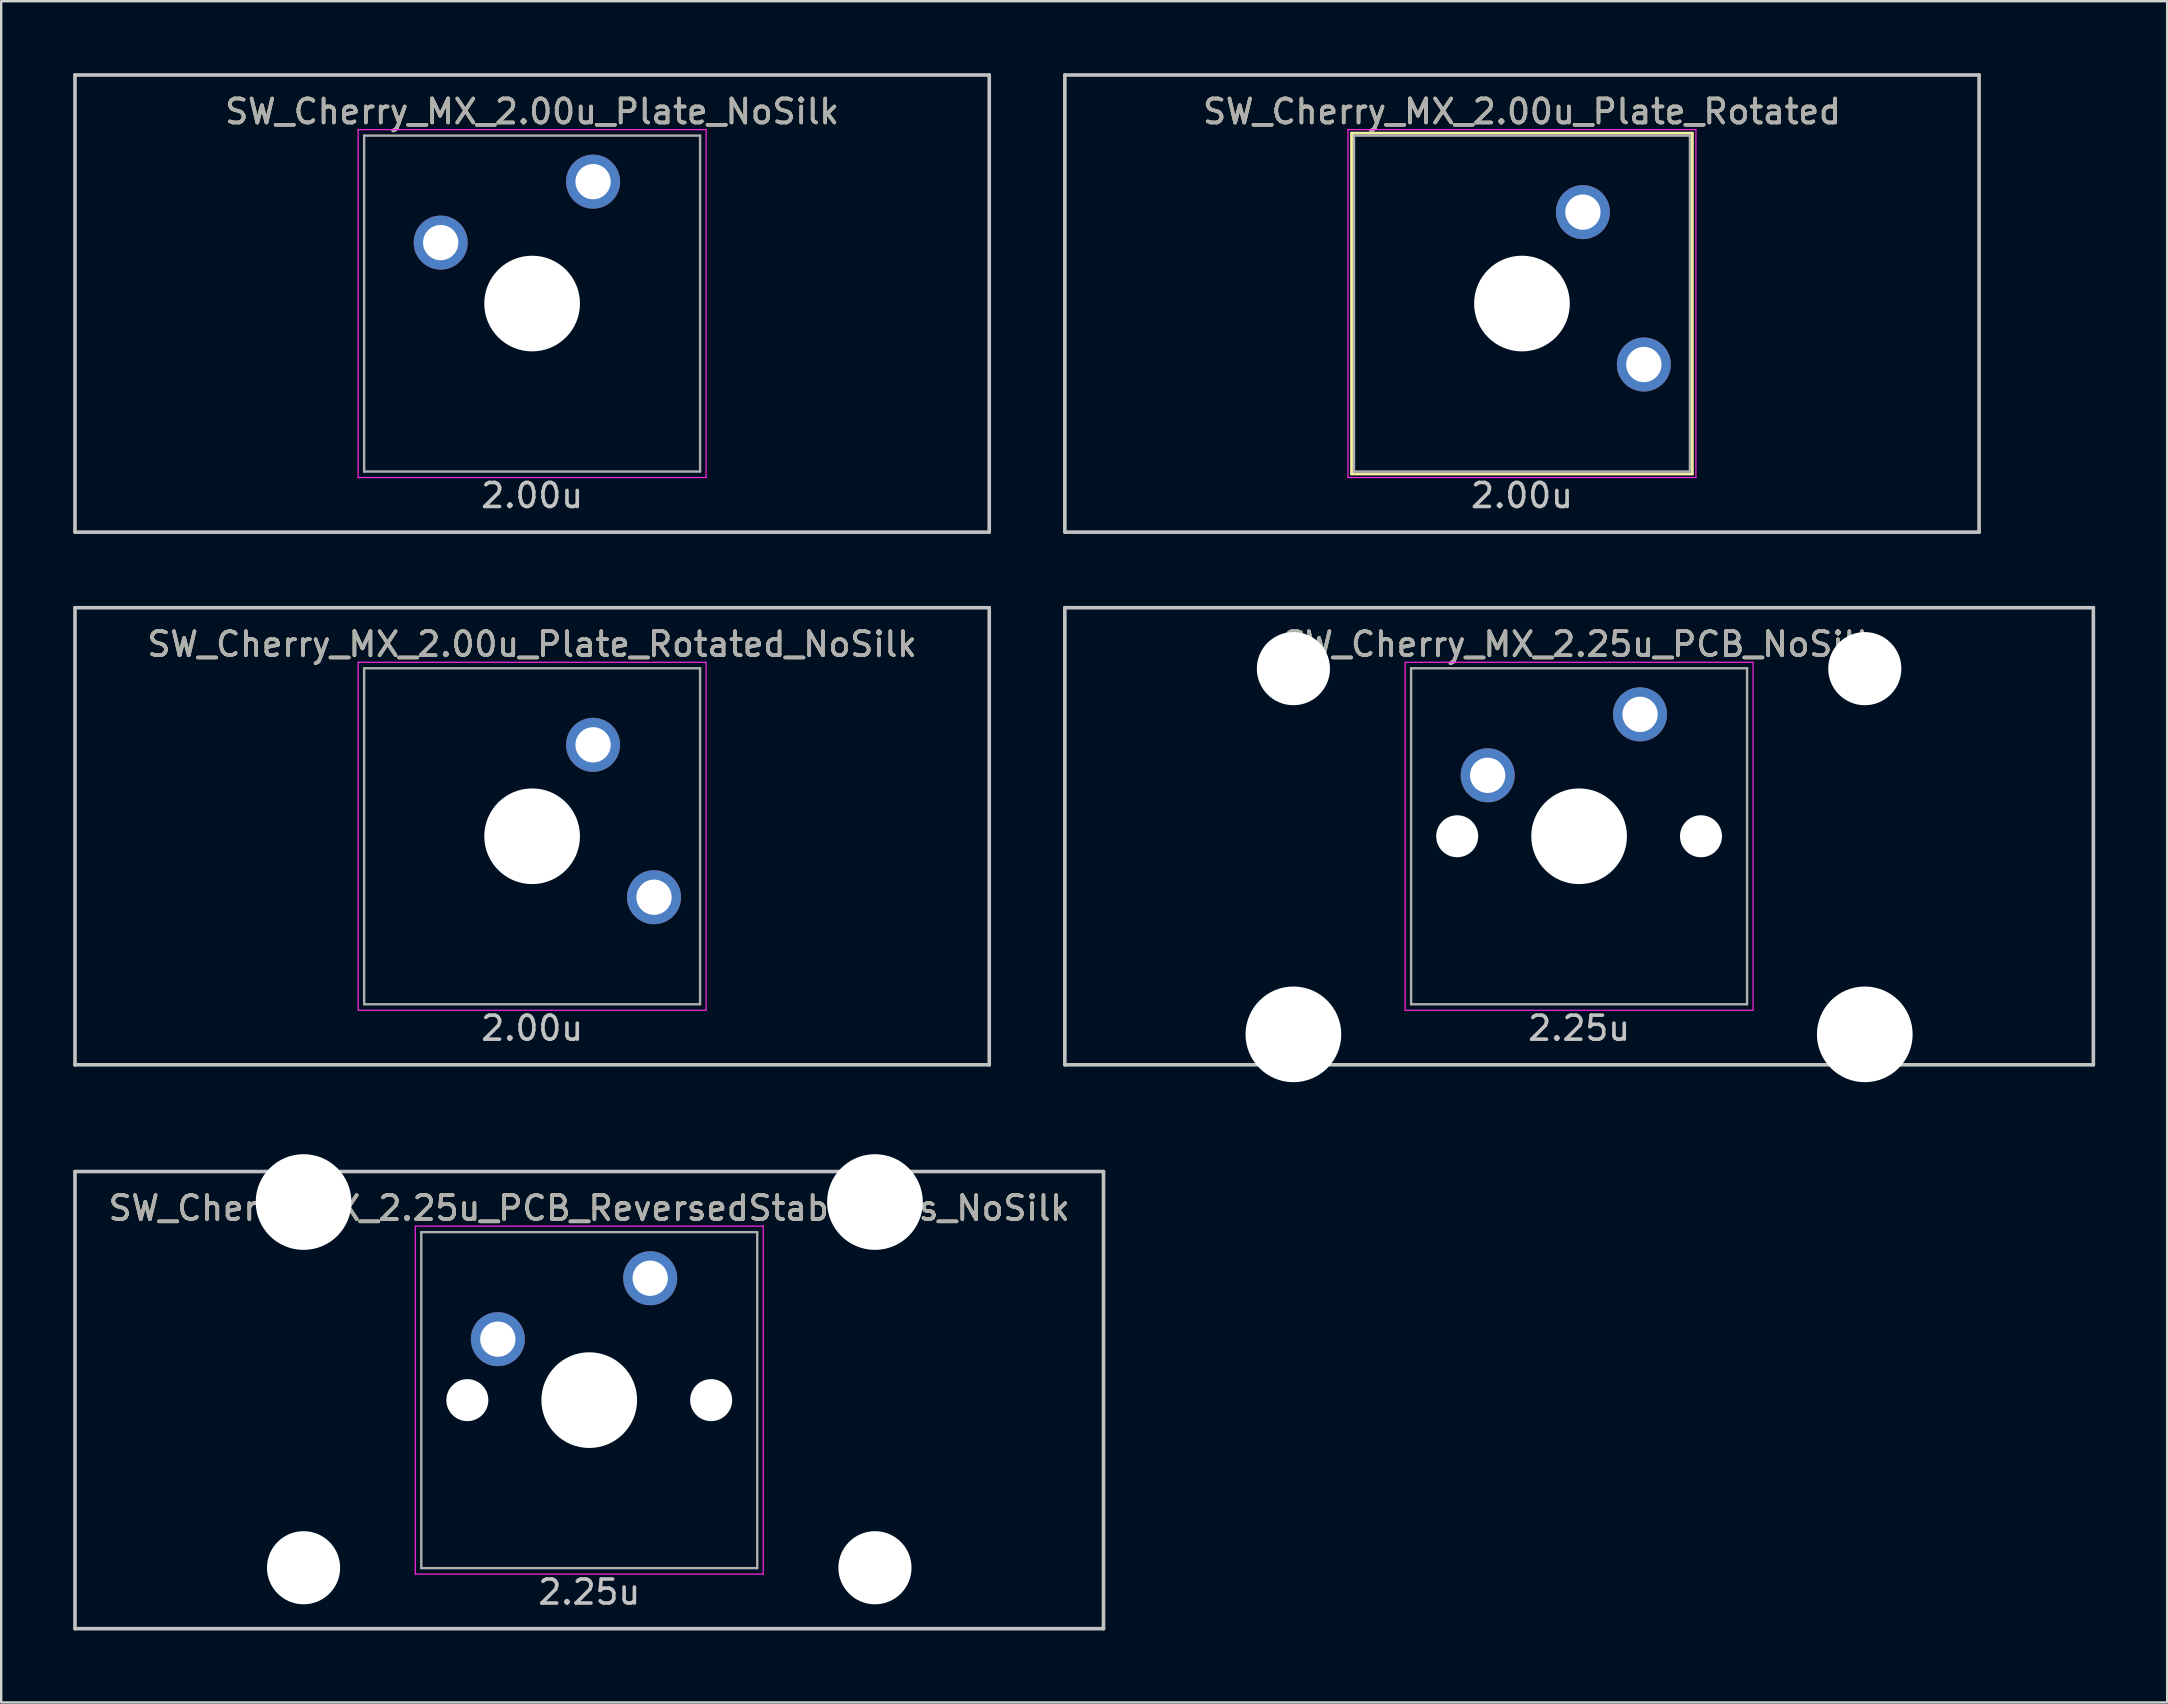
<source format=kicad_pcb>
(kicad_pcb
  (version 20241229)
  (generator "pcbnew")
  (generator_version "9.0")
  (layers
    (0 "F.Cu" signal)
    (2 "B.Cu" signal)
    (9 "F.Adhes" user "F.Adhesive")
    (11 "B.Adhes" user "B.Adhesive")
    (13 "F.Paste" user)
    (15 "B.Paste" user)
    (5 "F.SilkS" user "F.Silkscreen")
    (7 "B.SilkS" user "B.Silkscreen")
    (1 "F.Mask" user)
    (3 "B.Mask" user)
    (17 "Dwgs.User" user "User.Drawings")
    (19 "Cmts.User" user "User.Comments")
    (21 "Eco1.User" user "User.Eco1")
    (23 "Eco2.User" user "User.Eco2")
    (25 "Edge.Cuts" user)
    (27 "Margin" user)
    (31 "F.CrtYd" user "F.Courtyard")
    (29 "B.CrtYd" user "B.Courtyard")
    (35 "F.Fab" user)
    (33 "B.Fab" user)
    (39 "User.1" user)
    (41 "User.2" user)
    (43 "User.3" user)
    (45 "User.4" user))
  (footprint "SW_Cherry_MX_2.00u_Plate_NoSilk"
    (layer "F.Cu")
    (at 19.125 9.6)
    (property "Reference" "SW_Cherry_MX_2.00u_Plate_NoSilk" (at 0 -8 0) (layer "F.SilkS") (effects (font (size 1 1) (thickness 0.15))))
    (attr through_hole)
    (fp_line (start -19.05 -9.525) (end 19.05 -9.525) (stroke (width 0.15) (type solid)) (layer "Dwgs.User"))
    (fp_line (start -19.05 9.525) (end -19.05 -9.525) (stroke (width 0.15) (type solid)) (layer "Dwgs.User"))
    (fp_line (start -19.05 9.525) (end 19.05 9.525) (stroke (width 0.15) (type solid)) (layer "Dwgs.User"))
    (fp_line (start 19.05 -9.525) (end 19.05 9.525) (stroke (width 0.15) (type solid)) (layer "Dwgs.User"))
    (fp_line (start -7.25 -7.25) (end 7.25 -7.25) (stroke (width 0.05) (type solid)) (layer "F.CrtYd"))
    (fp_line (start -7.25 7.25) (end -7.25 -7.25) (stroke (width 0.05) (type solid)) (layer "F.CrtYd"))
    (fp_line (start 7.25 -7.25) (end 7.25 7.25) (stroke (width 0.05) (type solid)) (layer "F.CrtYd"))
    (fp_line (start 7.25 7.25) (end -7.25 7.25) (stroke (width 0.05) (type solid)) (layer "F.CrtYd"))
    (fp_line (start -7 -7) (end 7 -7) (stroke (width 0.1) (type solid)) (layer "F.Fab"))
    (fp_line (start -7 7) (end -7 -7) (stroke (width 0.1) (type solid)) (layer "F.Fab"))
    (fp_line (start 7 -7) (end 7 7) (stroke (width 0.1) (type solid)) (layer "F.Fab"))
    (fp_line (start 7 7) (end -7 7) (stroke (width 0.1) (type solid)) (layer "F.Fab"))
    (fp_text user "2.00u" (at 0 8 0) (layer "Dwgs.User") (effects (font (size 1 1) (thickness 0.15))))
    (fp_text user "${REFERENCE}" (at 0 -8 0) (layer "F.Fab") (effects (font (size 1 1) (thickness 0.15))))
    (pad "" np_thru_hole circle (at 0 0) (size 3.988 3.988) (drill 3.988) (layers "*.Cu" "*.Mask"))
    (pad "1" thru_hole circle (at -3.81 -2.54) (size 2.25 2.25) (drill 1.47) (layers "*.Cu" "B.Mask"))
    (pad "2" thru_hole circle (at 2.54 -5.08) (size 2.25 2.25) (drill 1.47) (layers "*.Cu" "B.Mask")))
  (footprint "SW_Cherry_MX_2.00u_Plate_Rotated_NoSilk"
    (layer "F.Cu")
    (at 19.125 31.8)
    (property "Reference" "SW_Cherry_MX_2.00u_Plate_Rotated_NoSilk" (at 0 -8 0) (layer "F.SilkS") (effects (font (size 1 1) (thickness 0.15))))
    (attr through_hole)
    (fp_line (start -19.05 9.525) (end -19.05 -9.525) (stroke (width 0.15) (type solid)) (layer "Dwgs.User"))
    (fp_line (start 19.05 -9.525) (end -19.05 -9.525) (stroke (width 0.15) (type solid)) (layer "Dwgs.User"))
    (fp_line (start 19.05 -9.525) (end 19.05 9.525) (stroke (width 0.15) (type solid)) (layer "Dwgs.User"))
    (fp_line (start 19.05 9.525) (end -19.05 9.525) (stroke (width 0.15) (type solid)) (layer "Dwgs.User"))
    (fp_line (start -7.25 -7.25) (end 7.25 -7.25) (stroke (width 0.05) (type solid)) (layer "F.CrtYd"))
    (fp_line (start -7.25 7.25) (end -7.25 -7.25) (stroke (width 0.05) (type solid)) (layer "F.CrtYd"))
    (fp_line (start 7.25 -7.25) (end 7.25 7.25) (stroke (width 0.05) (type solid)) (layer "F.CrtYd"))
    (fp_line (start 7.25 7.25) (end -7.25 7.25) (stroke (width 0.05) (type solid)) (layer "F.CrtYd"))
    (fp_line (start -7 -7) (end 7 -7) (stroke (width 0.1) (type solid)) (layer "F.Fab"))
    (fp_line (start -7 7) (end -7 -7) (stroke (width 0.1) (type solid)) (layer "F.Fab"))
    (fp_line (start 7 -7) (end 7 7) (stroke (width 0.1) (type solid)) (layer "F.Fab"))
    (fp_line (start 7 7) (end -7 7) (stroke (width 0.1) (type solid)) (layer "F.Fab"))
    (fp_text user "2.00u" (at 0 8 0) (layer "Dwgs.User") (effects (font (size 1 1) (thickness 0.15))))
    (fp_text user "${REFERENCE}" (at 0 -8 0) (layer "F.Fab") (effects (font (size 1 1) (thickness 0.15))))
    (pad "" np_thru_hole circle (at 0 0 270) (size 3.988 3.988) (drill 3.988) (layers "*.Cu" "*.Mask"))
    (pad "1" thru_hole circle (at 2.54 -3.81 270) (size 2.25 2.25) (drill 1.47) (layers "*.Cu" "B.Mask"))
    (pad "2" thru_hole circle (at 5.08 2.54 270) (size 2.25 2.25) (drill 1.47) (layers "*.Cu" "B.Mask")))
  (footprint "SW_Cherry_MX_2.25u_PCB_NoSilk"
    (layer "F.Cu")
    (at 62.756 31.8)
    (property "Reference" "SW_Cherry_MX_2.25u_PCB_NoSilk" (at 0 -8 0) (layer "F.SilkS") (effects (font (size 1 1) (thickness 0.15))))
    (attr through_hole)
    (fp_line (start -21.431 -9.525) (end 21.431 -9.525) (stroke (width 0.15) (type solid)) (layer "Dwgs.User"))
    (fp_line (start -21.431 9.525) (end -21.431 -9.525) (stroke (width 0.15) (type solid)) (layer "Dwgs.User"))
    (fp_line (start -21.431 9.525) (end 21.431 9.525) (stroke (width 0.15) (type solid)) (layer "Dwgs.User"))
    (fp_line (start 21.431 -9.525) (end 21.431 9.525) (stroke (width 0.15) (type solid)) (layer "Dwgs.User"))
    (fp_line (start -7.25 -7.25) (end 7.25 -7.25) (stroke (width 0.05) (type solid)) (layer "F.CrtYd"))
    (fp_line (start -7.25 7.25) (end -7.25 -7.25) (stroke (width 0.05) (type solid)) (layer "F.CrtYd"))
    (fp_line (start 7.25 -7.25) (end 7.25 7.25) (stroke (width 0.05) (type solid)) (layer "F.CrtYd"))
    (fp_line (start 7.25 7.25) (end -7.25 7.25) (stroke (width 0.05) (type solid)) (layer "F.CrtYd"))
    (fp_line (start -7 -7) (end 7 -7) (stroke (width 0.1) (type solid)) (layer "F.Fab"))
    (fp_line (start -7 7) (end -7 -7) (stroke (width 0.1) (type solid)) (layer "F.Fab"))
    (fp_line (start 7 -7) (end 7 7) (stroke (width 0.1) (type solid)) (layer "F.Fab"))
    (fp_line (start 7 7) (end -7 7) (stroke (width 0.1) (type solid)) (layer "F.Fab"))
    (fp_text user "2.25u" (at 0 8 0) (layer "Dwgs.User") (effects (font (size 1 1) (thickness 0.15))))
    (fp_text user "${REFERENCE}" (at 0 -8 0) (layer "F.Fab") (effects (font (size 1 1) (thickness 0.15))))
    (pad "" np_thru_hole circle (at -11.906 -6.985) (size 3.048 3.048) (drill 3.048) (layers "*.Cu" "*.Mask"))
    (pad "" np_thru_hole circle (at -11.906 8.255) (size 3.988 3.988) (drill 3.988) (layers "*.Cu" "*.Mask"))
    (pad "" np_thru_hole circle (at -5.08 0 48.1) (size 1.75 1.75) (drill 1.75) (layers "*.Cu" "*.Mask"))
    (pad "" np_thru_hole circle (at 0 0) (size 3.988 3.988) (drill 3.988) (layers "*.Cu" "*.Mask"))
    (pad "" np_thru_hole circle (at 5.08 0 48.1) (size 1.75 1.75) (drill 1.75) (layers "*.Cu" "*.Mask"))
    (pad "" np_thru_hole circle (at 11.906 -6.985) (size 3.048 3.048) (drill 3.048) (layers "*.Cu" "*.Mask"))
    (pad "" np_thru_hole circle (at 11.906 8.255) (size 3.988 3.988) (drill 3.988) (layers "*.Cu" "*.Mask"))
    (pad "1" thru_hole circle (at -3.81 -2.54) (size 2.25 2.25) (drill 1.47) (layers "*.Cu" "B.Mask"))
    (pad "2" thru_hole circle (at 2.54 -5.08) (size 2.25 2.25) (drill 1.47) (layers "*.Cu" "B.Mask")))
  (footprint "SW_Cherry_MX_2.25u_PCB_ReversedStabilizers_NoSilk"
    (layer "F.Cu")
    (at 21.506 55.298)
    (property "Reference" "SW_Cherry_MX_2.25u_PCB_ReversedStabilizers_NoSilk" (at 0 -8 0) (layer "F.SilkS") (effects (font (size 1 1) (thickness 0.15))))
    (attr through_hole)
    (fp_line (start -21.431 -9.525) (end 21.431 -9.525) (stroke (width 0.15) (type solid)) (layer "Dwgs.User"))
    (fp_line (start -21.431 9.525) (end -21.431 -9.525) (stroke (width 0.15) (type solid)) (layer "Dwgs.User"))
    (fp_line (start -21.431 9.525) (end 21.431 9.525) (stroke (width 0.15) (type solid)) (layer "Dwgs.User"))
    (fp_line (start 21.431 -9.525) (end 21.431 9.525) (stroke (width 0.15) (type solid)) (layer "Dwgs.User"))
    (fp_line (start -7.25 -7.25) (end 7.25 -7.25) (stroke (width 0.05) (type solid)) (layer "F.CrtYd"))
    (fp_line (start -7.25 7.25) (end -7.25 -7.25) (stroke (width 0.05) (type solid)) (layer "F.CrtYd"))
    (fp_line (start 7.25 -7.25) (end 7.25 7.25) (stroke (width 0.05) (type solid)) (layer "F.CrtYd"))
    (fp_line (start 7.25 7.25) (end -7.25 7.25) (stroke (width 0.05) (type solid)) (layer "F.CrtYd"))
    (fp_line (start -7 -7) (end 7 -7) (stroke (width 0.1) (type solid)) (layer "F.Fab"))
    (fp_line (start -7 7) (end -7 -7) (stroke (width 0.1) (type solid)) (layer "F.Fab"))
    (fp_line (start 7 -7) (end 7 7) (stroke (width 0.1) (type solid)) (layer "F.Fab"))
    (fp_line (start 7 7) (end -7 7) (stroke (width 0.1) (type solid)) (layer "F.Fab"))
    (fp_text user "2.25u" (at 0 8 0) (layer "Dwgs.User") (effects (font (size 1 1) (thickness 0.15))))
    (fp_text user "${REFERENCE}" (at 0 -8 0) (layer "F.Fab") (effects (font (size 1 1) (thickness 0.15))))
    (pad "" np_thru_hole circle (at -11.906 -8.255) (size 3.988 3.988) (drill 3.988) (layers "*.Cu" "*.Mask"))
    (pad "" np_thru_hole circle (at -11.906 6.985) (size 3.048 3.048) (drill 3.048) (layers "*.Cu" "*.Mask"))
    (pad "" np_thru_hole circle (at -5.08 0 48.1) (size 1.75 1.75) (drill 1.75) (layers "*.Cu" "*.Mask"))
    (pad "" np_thru_hole circle (at 0 0) (size 3.988 3.988) (drill 3.988) (layers "*.Cu" "*.Mask"))
    (pad "" np_thru_hole circle (at 5.08 0 48.1) (size 1.75 1.75) (drill 1.75) (layers "*.Cu" "*.Mask"))
    (pad "" np_thru_hole circle (at 11.906 -8.255) (size 3.988 3.988) (drill 3.988) (layers "*.Cu" "*.Mask"))
    (pad "" np_thru_hole circle (at 11.906 6.985) (size 3.048 3.048) (drill 3.048) (layers "*.Cu" "*.Mask"))
    (pad "1" thru_hole circle (at -3.81 -2.54) (size 2.25 2.25) (drill 1.47) (layers "*.Cu" "B.Mask"))
    (pad "2" thru_hole circle (at 2.54 -5.08) (size 2.25 2.25) (drill 1.47) (layers "*.Cu" "B.Mask")))
  (footprint "SW_Cherry_MX_2.00u_Plate_Rotated"
    (layer "F.Cu")
    (at 60.375 9.6)
    (property "Reference" "SW_Cherry_MX_2.00u_Plate_Rotated" (at 0 -8 0) (layer "F.SilkS") (effects (font (size 1 1) (thickness 0.15))))
    (attr through_hole)
    (fp_line (start -7.1 -7.1) (end 7.1 -7.1) (stroke (width 0.12) (type solid)) (layer "F.SilkS"))
    (fp_line (start -7.1 7.1) (end -7.1 -7.1) (stroke (width 0.12) (type solid)) (layer "F.SilkS"))
    (fp_line (start 7.1 -7.1) (end 7.1 7.1) (stroke (width 0.12) (type solid)) (layer "F.SilkS"))
    (fp_line (start 7.1 7.1) (end -7.1 7.1) (stroke (width 0.12) (type solid)) (layer "F.SilkS"))
    (fp_line (start -19.05 9.525) (end -19.05 -9.525) (stroke (width 0.15) (type solid)) (layer "Dwgs.User"))
    (fp_line (start 19.05 -9.525) (end -19.05 -9.525) (stroke (width 0.15) (type solid)) (layer "Dwgs.User"))
    (fp_line (start 19.05 -9.525) (end 19.05 9.525) (stroke (width 0.15) (type solid)) (layer "Dwgs.User"))
    (fp_line (start 19.05 9.525) (end -19.05 9.525) (stroke (width 0.15) (type solid)) (layer "Dwgs.User"))
    (fp_line (start -7.25 -7.25) (end 7.25 -7.25) (stroke (width 0.05) (type solid)) (layer "F.CrtYd"))
    (fp_line (start -7.25 7.25) (end -7.25 -7.25) (stroke (width 0.05) (type solid)) (layer "F.CrtYd"))
    (fp_line (start 7.25 -7.25) (end 7.25 7.25) (stroke (width 0.05) (type solid)) (layer "F.CrtYd"))
    (fp_line (start 7.25 7.25) (end -7.25 7.25) (stroke (width 0.05) (type solid)) (layer "F.CrtYd"))
    (fp_line (start -7 -7) (end 7 -7) (stroke (width 0.1) (type solid)) (layer "F.Fab"))
    (fp_line (start -7 7) (end -7 -7) (stroke (width 0.1) (type solid)) (layer "F.Fab"))
    (fp_line (start 7 -7) (end 7 7) (stroke (width 0.1) (type solid)) (layer "F.Fab"))
    (fp_line (start 7 7) (end -7 7) (stroke (width 0.1) (type solid)) (layer "F.Fab"))
    (fp_text user "2.00u" (at 0 8 0) (layer "Dwgs.User") (effects (font (size 1 1) (thickness 0.15))))
    (fp_text user "${REFERENCE}" (at 0 -8 0) (layer "F.Fab") (effects (font (size 1 1) (thickness 0.15))))
    (pad "" np_thru_hole circle (at 0 0 270) (size 3.988 3.988) (drill 3.988) (layers "*.Cu" "*.Mask"))
    (pad "1" thru_hole circle (at 2.54 -3.81 270) (size 2.25 2.25) (drill 1.47) (layers "*.Cu" "B.Mask"))
    (pad "2" thru_hole circle (at 5.08 2.54 270) (size 2.25 2.25) (drill 1.47) (layers "*.Cu" "B.Mask")))
  (gr_rect
    (start -3 -3)
    (end 87.263 67.898)
    (stroke (width 0.1) (type default))
    (fill no)
    (layer "Edge.Cuts")))
</source>
